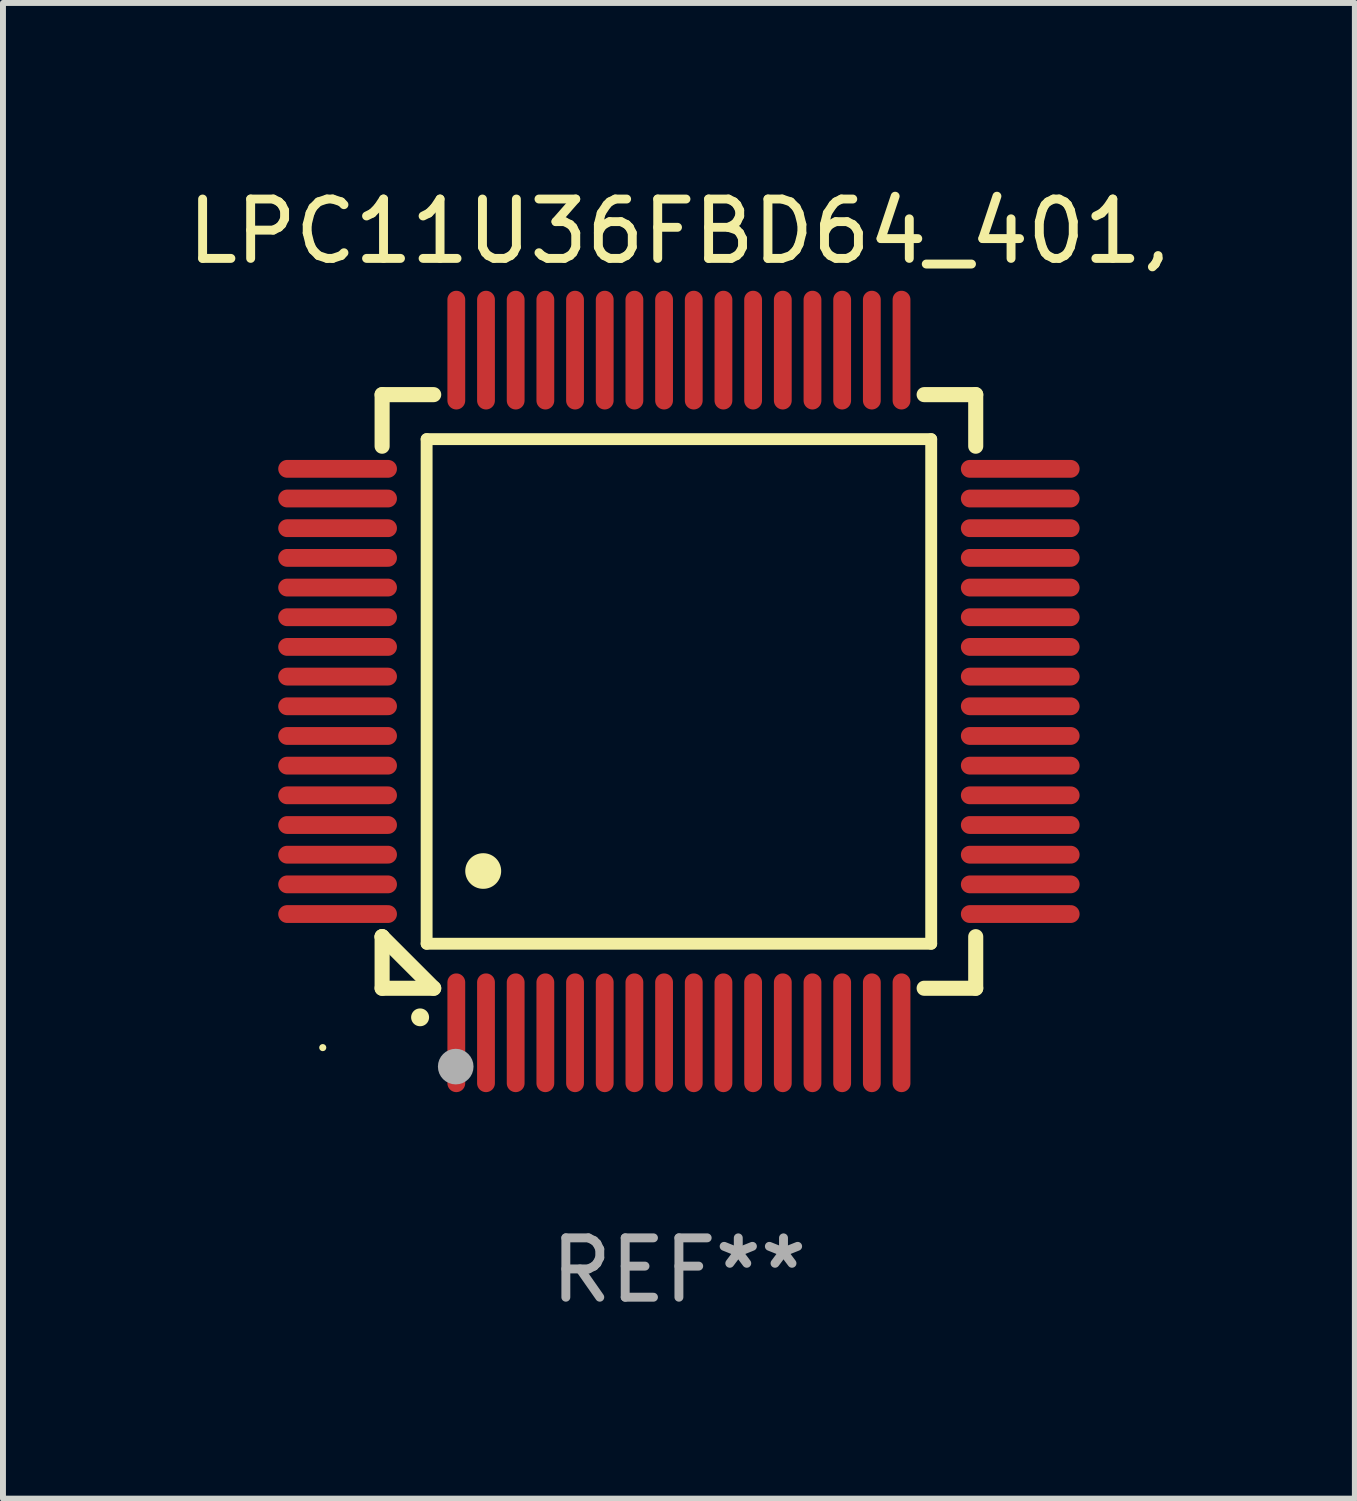
<source format=kicad_pcb>
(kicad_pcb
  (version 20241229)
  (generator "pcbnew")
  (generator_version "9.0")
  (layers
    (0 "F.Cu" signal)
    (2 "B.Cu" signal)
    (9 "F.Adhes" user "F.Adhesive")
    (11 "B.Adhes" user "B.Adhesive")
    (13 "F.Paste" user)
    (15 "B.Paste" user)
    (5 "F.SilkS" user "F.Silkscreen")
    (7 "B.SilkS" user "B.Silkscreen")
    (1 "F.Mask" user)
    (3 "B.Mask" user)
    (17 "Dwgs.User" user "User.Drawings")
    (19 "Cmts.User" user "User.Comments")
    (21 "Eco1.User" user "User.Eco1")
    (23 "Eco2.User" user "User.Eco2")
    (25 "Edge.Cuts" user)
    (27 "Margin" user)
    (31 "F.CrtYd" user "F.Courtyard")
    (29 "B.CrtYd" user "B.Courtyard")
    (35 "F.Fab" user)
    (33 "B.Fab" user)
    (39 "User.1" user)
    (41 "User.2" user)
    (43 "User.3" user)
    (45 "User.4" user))
  (footprint "LPC11U36FBD64_401,"
    (layer "F.Cu")
    (at 8.387 8.598)
    (property "Reference" "LPC11U36FBD64_401," (at 0 -7.75 0) (layer "F.SilkS") (effects (font (size 1 1) (thickness 0.15))))
    (attr through_hole)
    (fp_line (start -5 -5) (end -4.131 -5) (stroke (width 0.254) (type solid)) (layer "F.SilkS"))
    (fp_line (start -5 -4.131) (end -5 -5) (stroke (width 0.254) (type solid)) (layer "F.SilkS"))
    (fp_line (start -5 4.131) (end -5 4.131) (stroke (width 0.254) (type solid)) (layer "F.SilkS"))
    (fp_line (start -5 5) (end -5 4.131) (stroke (width 0.254) (type solid)) (layer "F.SilkS"))
    (fp_line (start -5 4.131) (end -4.131 5) (stroke (width 0.254) (type solid)) (layer "F.SilkS"))
    (fp_line (start -4.25 -4.25) (end -4.25 4.25) (stroke (width 0.2) (type solid)) (layer "F.SilkS"))
    (fp_line (start -4.25 4.25) (end 4.25 4.25) (stroke (width 0.2) (type solid)) (layer "F.SilkS"))
    (fp_line (start -4.131 5) (end -5 5) (stroke (width 0.254) (type solid)) (layer "F.SilkS"))
    (fp_line (start 4.25 -4.25) (end -4.25 -4.25) (stroke (width 0.2) (type solid)) (layer "F.SilkS"))
    (fp_line (start 4.25 4.25) (end 4.25 -4.25) (stroke (width 0.2) (type solid)) (layer "F.SilkS"))
    (fp_line (start 5 -5) (end 4.131 -5) (stroke (width 0.254) (type solid)) (layer "F.SilkS"))
    (fp_line (start 5 -5) (end 5 -4.131) (stroke (width 0.254) (type solid)) (layer "F.SilkS"))
    (fp_line (start 5 4.131) (end 5 5) (stroke (width 0.254) (type solid)) (layer "F.SilkS"))
    (fp_line (start 5 5) (end 4.131 5) (stroke (width 0.254) (type solid)) (layer "F.SilkS"))
    (fp_arc (start -4.361265 5.489992) (mid -4.359995 5.489987) (end -4.358725 5.489992) (stroke (width 0.3) (type solid)) (layer "F.SilkS"))
    (fp_arc (start -3.299467 3.025146) (mid -3.296927 3.025135) (end -3.294387 3.025146) (stroke (width 0.6) (type solid)) (layer "F.SilkS"))
    (fp_circle (center -6 6) (end -5.97 6) (stroke (width 0.06) (type solid)) (fill no) (layer "F.SilkS"))
    (fp_circle (center -3.76 6.32) (end -3.61 6.32) (stroke (width 0.3) (type solid)) (fill no) (layer "F.Fab"))
    (fp_text user "REF**" (at 0 9.75 0) (layer "F.Fab") (effects (font (size 1 1) (thickness 0.15))))
    (pad "1" smd oval (at -3.75 5.75) (size 0.3 2) (layers "F.Cu" "F.Mask" "F.Paste"))
    (pad "2" smd oval (at -3.25 5.75) (size 0.3 2) (layers "F.Cu" "F.Mask" "F.Paste"))
    (pad "3" smd oval (at -2.75 5.75) (size 0.3 2) (layers "F.Cu" "F.Mask" "F.Paste"))
    (pad "4" smd oval (at -2.25 5.75) (size 0.3 2) (layers "F.Cu" "F.Mask" "F.Paste"))
    (pad "5" smd oval (at -1.75 5.75) (size 0.3 2) (layers "F.Cu" "F.Mask" "F.Paste"))
    (pad "6" smd oval (at -1.25 5.75) (size 0.3 2) (layers "F.Cu" "F.Mask" "F.Paste"))
    (pad "7" smd oval (at -0.75 5.75) (size 0.3 2) (layers "F.Cu" "F.Mask" "F.Paste"))
    (pad "8" smd oval (at -0.25 5.75) (size 0.3 2) (layers "F.Cu" "F.Mask" "F.Paste"))
    (pad "9" smd oval (at 0.25 5.75) (size 0.3 2) (layers "F.Cu" "F.Mask" "F.Paste"))
    (pad "10" smd oval (at 0.75 5.75) (size 0.3 2) (layers "F.Cu" "F.Mask" "F.Paste"))
    (pad "11" smd oval (at 1.25 5.75) (size 0.3 2) (layers "F.Cu" "F.Mask" "F.Paste"))
    (pad "12" smd oval (at 1.75 5.75) (size 0.3 2) (layers "F.Cu" "F.Mask" "F.Paste"))
    (pad "13" smd oval (at 2.25 5.75) (size 0.3 2) (layers "F.Cu" "F.Mask" "F.Paste"))
    (pad "14" smd oval (at 2.75 5.75) (size 0.3 2) (layers "F.Cu" "F.Mask" "F.Paste"))
    (pad "15" smd oval (at 3.25 5.75) (size 0.3 2) (layers "F.Cu" "F.Mask" "F.Paste"))
    (pad "16" smd oval (at 3.75 5.75) (size 0.3 2) (layers "F.Cu" "F.Mask" "F.Paste"))
    (pad "17" smd oval (at 5.75 3.75) (size 2 0.3) (layers "F.Cu" "F.Mask" "F.Paste"))
    (pad "18" smd oval (at 5.75 3.25) (size 2 0.3) (layers "F.Cu" "F.Mask" "F.Paste"))
    (pad "19" smd oval (at 5.75 2.75) (size 2 0.3) (layers "F.Cu" "F.Mask" "F.Paste"))
    (pad "20" smd oval (at 5.75 2.25) (size 2 0.3) (layers "F.Cu" "F.Mask" "F.Paste"))
    (pad "21" smd oval (at 5.75 1.75) (size 2 0.3) (layers "F.Cu" "F.Mask" "F.Paste"))
    (pad "22" smd oval (at 5.75 1.25) (size 2 0.3) (layers "F.Cu" "F.Mask" "F.Paste"))
    (pad "23" smd oval (at 5.75 0.75) (size 2 0.3) (layers "F.Cu" "F.Mask" "F.Paste"))
    (pad "24" smd oval (at 5.75 0.25) (size 2 0.3) (layers "F.Cu" "F.Mask" "F.Paste"))
    (pad "25" smd oval (at 5.75 -0.25) (size 2 0.3) (layers "F.Cu" "F.Mask" "F.Paste"))
    (pad "26" smd oval (at 5.75 -0.75) (size 2 0.3) (layers "F.Cu" "F.Mask" "F.Paste"))
    (pad "27" smd oval (at 5.75 -1.25) (size 2 0.3) (layers "F.Cu" "F.Mask" "F.Paste"))
    (pad "28" smd oval (at 5.75 -1.75) (size 2 0.3) (layers "F.Cu" "F.Mask" "F.Paste"))
    (pad "29" smd oval (at 5.75 -2.25) (size 2 0.3) (layers "F.Cu" "F.Mask" "F.Paste"))
    (pad "30" smd oval (at 5.75 -2.75) (size 2 0.3) (layers "F.Cu" "F.Mask" "F.Paste"))
    (pad "31" smd oval (at 5.75 -3.25) (size 2 0.3) (layers "F.Cu" "F.Mask" "F.Paste"))
    (pad "32" smd oval (at 5.75 -3.75) (size 2 0.3) (layers "F.Cu" "F.Mask" "F.Paste"))
    (pad "33" smd oval (at 3.75 -5.75) (size 0.3 2) (layers "F.Cu" "F.Mask" "F.Paste"))
    (pad "34" smd oval (at 3.25 -5.75) (size 0.3 2) (layers "F.Cu" "F.Mask" "F.Paste"))
    (pad "35" smd oval (at 2.75 -5.75) (size 0.3 2) (layers "F.Cu" "F.Mask" "F.Paste"))
    (pad "36" smd oval (at 2.25 -5.75) (size 0.3 2) (layers "F.Cu" "F.Mask" "F.Paste"))
    (pad "37" smd oval (at 1.75 -5.75) (size 0.3 2) (layers "F.Cu" "F.Mask" "F.Paste"))
    (pad "38" smd oval (at 1.25 -5.75) (size 0.3 2) (layers "F.Cu" "F.Mask" "F.Paste"))
    (pad "39" smd oval (at 0.75 -5.75) (size 0.3 2) (layers "F.Cu" "F.Mask" "F.Paste"))
    (pad "40" smd oval (at 0.25 -5.75) (size 0.3 2) (layers "F.Cu" "F.Mask" "F.Paste"))
    (pad "41" smd oval (at -0.25 -5.75) (size 0.3 2) (layers "F.Cu" "F.Mask" "F.Paste"))
    (pad "42" smd oval (at -0.75 -5.75) (size 0.3 2) (layers "F.Cu" "F.Mask" "F.Paste"))
    (pad "43" smd oval (at -1.25 -5.75) (size 0.3 2) (layers "F.Cu" "F.Mask" "F.Paste"))
    (pad "44" smd oval (at -1.75 -5.75) (size 0.3 2) (layers "F.Cu" "F.Mask" "F.Paste"))
    (pad "45" smd oval (at -2.25 -5.75) (size 0.3 2) (layers "F.Cu" "F.Mask" "F.Paste"))
    (pad "46" smd oval (at -2.75 -5.75) (size 0.3 2) (layers "F.Cu" "F.Mask" "F.Paste"))
    (pad "47" smd oval (at -3.25 -5.75) (size 0.3 2) (layers "F.Cu" "F.Mask" "F.Paste"))
    (pad "48" smd oval (at -3.75 -5.75) (size 0.3 2) (layers "F.Cu" "F.Mask" "F.Paste"))
    (pad "49" smd oval (at -5.75 -3.75) (size 2 0.3) (layers "F.Cu" "F.Mask" "F.Paste"))
    (pad "50" smd oval (at -5.75 -3.25) (size 2 0.3) (layers "F.Cu" "F.Mask" "F.Paste"))
    (pad "51" smd oval (at -5.75 -2.75) (size 2 0.3) (layers "F.Cu" "F.Mask" "F.Paste"))
    (pad "52" smd oval (at -5.75 -2.25) (size 2 0.3) (layers "F.Cu" "F.Mask" "F.Paste"))
    (pad "53" smd oval (at -5.75 -1.75) (size 2 0.3) (layers "F.Cu" "F.Mask" "F.Paste"))
    (pad "54" smd oval (at -5.75 -1.25) (size 2 0.3) (layers "F.Cu" "F.Mask" "F.Paste"))
    (pad "55" smd oval (at -5.75 -0.75) (size 2 0.3) (layers "F.Cu" "F.Mask" "F.Paste"))
    (pad "56" smd oval (at -5.75 -0.25) (size 2 0.3) (layers "F.Cu" "F.Mask" "F.Paste"))
    (pad "57" smd oval (at -5.75 0.25) (size 2 0.3) (layers "F.Cu" "F.Mask" "F.Paste"))
    (pad "58" smd oval (at -5.75 0.75) (size 2 0.3) (layers "F.Cu" "F.Mask" "F.Paste"))
    (pad "59" smd oval (at -5.75 1.25) (size 2 0.3) (layers "F.Cu" "F.Mask" "F.Paste"))
    (pad "60" smd oval (at -5.75 1.75) (size 2 0.3) (layers "F.Cu" "F.Mask" "F.Paste"))
    (pad "61" smd oval (at -5.75 2.25) (size 2 0.3) (layers "F.Cu" "F.Mask" "F.Paste"))
    (pad "62" smd oval (at -5.75 2.75) (size 2 0.3) (layers "F.Cu" "F.Mask" "F.Paste"))
    (pad "63" smd oval (at -5.75 3.25) (size 2 0.3) (layers "F.Cu" "F.Mask" "F.Paste"))
    (pad "64" smd oval (at -5.75 3.75) (size 2 0.3) (layers "F.Cu" "F.Mask" "F.Paste")))
  (gr_rect
    (start -3 -3)
    (end 19.774 22.196)
    (stroke (width 0.1) (type default))
    (fill no)
    (layer "Edge.Cuts")))
</source>
